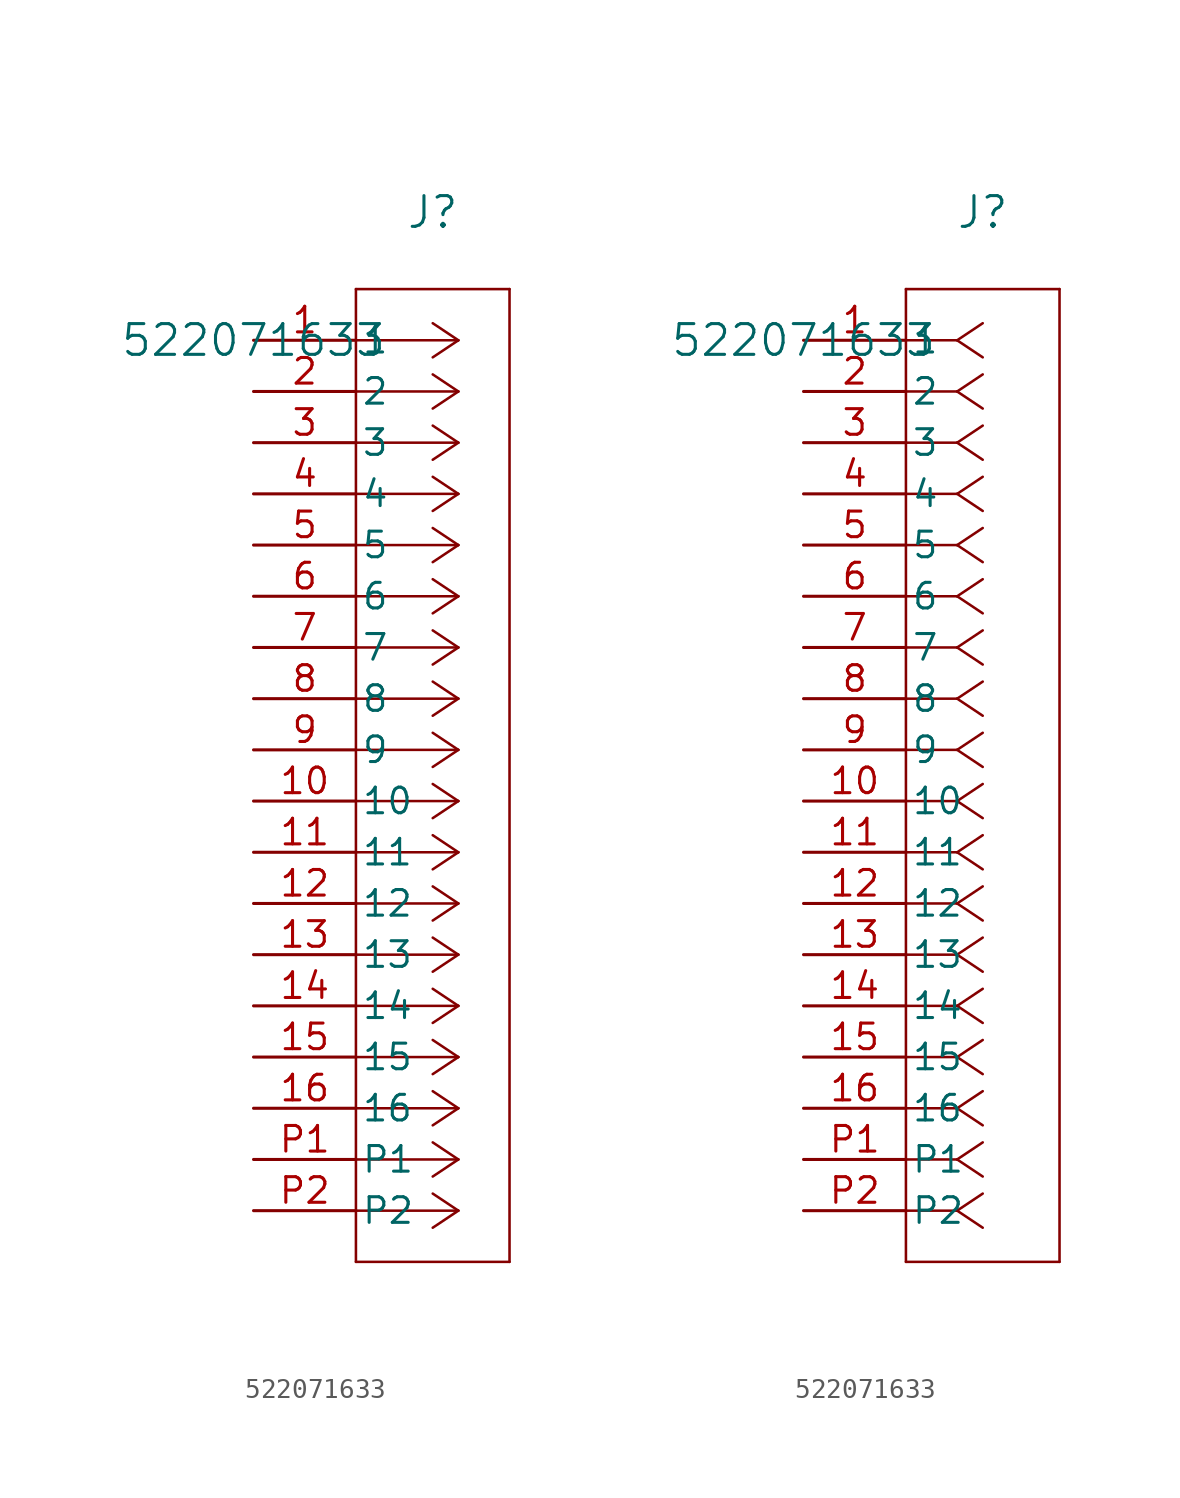
<source format=kicad_sym>
(kicad_symbol_lib
  (version 20211014)
  (generator kicad_symbol_editor)
  (symbol "522071633"
    (pin_names
      (offset 0.254))
    (property "Reference" "J"
      (at 8.89 6.35 0)
      (effects (font (size 1.524 1.524))))
    (property "Value" "522071633"
      (at 0 0 0)
      (effects (font (size 1.524 1.524))))
    (symbol "522071633_1_1"
      (polyline (pts (xy 10.16 0) (xy 5.08 0)) (stroke (width 0.127) (type default) (color 0 0 0 0)) (fill (type none)))
      (polyline (pts (xy 10.16 -2.54) (xy 5.08 -2.54)) (stroke (width 0.127) (type default) (color 0 0 0 0)) (fill (type none)))
      (polyline (pts (xy 10.16 -5.08) (xy 5.08 -5.08)) (stroke (width 0.127) (type default) (color 0 0 0 0)) (fill (type none)))
      (polyline (pts (xy 10.16 -7.62) (xy 5.08 -7.62)) (stroke (width 0.127) (type default) (color 0 0 0 0)) (fill (type none)))
      (polyline (pts (xy 10.16 -10.16) (xy 5.08 -10.16)) (stroke (width 0.127) (type default) (color 0 0 0 0)) (fill (type none)))
      (polyline (pts (xy 10.16 -12.7) (xy 5.08 -12.7)) (stroke (width 0.127) (type default) (color 0 0 0 0)) (fill (type none)))
      (polyline (pts (xy 10.16 -15.24) (xy 5.08 -15.24)) (stroke (width 0.127) (type default) (color 0 0 0 0)) (fill (type none)))
      (polyline (pts (xy 10.16 -17.78) (xy 5.08 -17.78)) (stroke (width 0.127) (type default) (color 0 0 0 0)) (fill (type none)))
      (polyline (pts (xy 10.16 -20.32) (xy 5.08 -20.32)) (stroke (width 0.127) (type default) (color 0 0 0 0)) (fill (type none)))
      (polyline (pts (xy 10.16 -22.86) (xy 5.08 -22.86)) (stroke (width 0.127) (type default) (color 0 0 0 0)) (fill (type none)))
      (polyline (pts (xy 10.16 -25.4) (xy 5.08 -25.4)) (stroke (width 0.127) (type default) (color 0 0 0 0)) (fill (type none)))
      (polyline (pts (xy 10.16 -27.94) (xy 5.08 -27.94)) (stroke (width 0.127) (type default) (color 0 0 0 0)) (fill (type none)))
      (polyline (pts (xy 10.16 -30.48) (xy 5.08 -30.48)) (stroke (width 0.127) (type default) (color 0 0 0 0)) (fill (type none)))
      (polyline (pts (xy 10.16 -33.02) (xy 5.08 -33.02)) (stroke (width 0.127) (type default) (color 0 0 0 0)) (fill (type none)))
      (polyline (pts (xy 10.16 -35.56) (xy 5.08 -35.56)) (stroke (width 0.127) (type default) (color 0 0 0 0)) (fill (type none)))
      (polyline (pts (xy 10.16 -38.1) (xy 5.08 -38.1)) (stroke (width 0.127) (type default) (color 0 0 0 0)) (fill (type none)))
      (polyline (pts (xy 10.16 -40.64) (xy 5.08 -40.64)) (stroke (width 0.127) (type default) (color 0 0 0 0)) (fill (type none)))
      (polyline (pts (xy 10.16 -43.18) (xy 5.08 -43.18)) (stroke (width 0.127) (type default) (color 0 0 0 0)) (fill (type none)))
      (polyline (pts (xy 10.16 0) (xy 8.89 0.847)) (stroke (width 0.127) (type default) (color 0 0 0 0)) (fill (type none)))
      (polyline (pts (xy 10.16 -2.54) (xy 8.89 -1.693)) (stroke (width 0.127) (type default) (color 0 0 0 0)) (fill (type none)))
      (polyline (pts (xy 10.16 -5.08) (xy 8.89 -4.233)) (stroke (width 0.127) (type default) (color 0 0 0 0)) (fill (type none)))
      (polyline (pts (xy 10.16 -7.62) (xy 8.89 -6.773)) (stroke (width 0.127) (type default) (color 0 0 0 0)) (fill (type none)))
      (polyline (pts (xy 10.16 -10.16) (xy 8.89 -9.313)) (stroke (width 0.127) (type default) (color 0 0 0 0)) (fill (type none)))
      (polyline (pts (xy 10.16 -12.7) (xy 8.89 -11.853)) (stroke (width 0.127) (type default) (color 0 0 0 0)) (fill (type none)))
      (polyline (pts (xy 10.16 -15.24) (xy 8.89 -14.393)) (stroke (width 0.127) (type default) (color 0 0 0 0)) (fill (type none)))
      (polyline (pts (xy 10.16 -17.78) (xy 8.89 -16.933)) (stroke (width 0.127) (type default) (color 0 0 0 0)) (fill (type none)))
      (polyline (pts (xy 10.16 -20.32) (xy 8.89 -19.473)) (stroke (width 0.127) (type default) (color 0 0 0 0)) (fill (type none)))
      (polyline (pts (xy 10.16 -22.86) (xy 8.89 -22.013)) (stroke (width 0.127) (type default) (color 0 0 0 0)) (fill (type none)))
      (polyline (pts (xy 10.16 -25.4) (xy 8.89 -24.553)) (stroke (width 0.127) (type default) (color 0 0 0 0)) (fill (type none)))
      (polyline (pts (xy 10.16 -27.94) (xy 8.89 -27.093)) (stroke (width 0.127) (type default) (color 0 0 0 0)) (fill (type none)))
      (polyline (pts (xy 10.16 -30.48) (xy 8.89 -29.633)) (stroke (width 0.127) (type default) (color 0 0 0 0)) (fill (type none)))
      (polyline (pts (xy 10.16 -33.02) (xy 8.89 -32.173)) (stroke (width 0.127) (type default) (color 0 0 0 0)) (fill (type none)))
      (polyline (pts (xy 10.16 -35.56) (xy 8.89 -34.713)) (stroke (width 0.127) (type default) (color 0 0 0 0)) (fill (type none)))
      (polyline (pts (xy 10.16 -38.1) (xy 8.89 -37.253)) (stroke (width 0.127) (type default) (color 0 0 0 0)) (fill (type none)))
      (polyline (pts (xy 10.16 -40.64) (xy 8.89 -39.793)) (stroke (width 0.127) (type default) (color 0 0 0 0)) (fill (type none)))
      (polyline (pts (xy 10.16 -43.18) (xy 8.89 -42.333)) (stroke (width 0.127) (type default) (color 0 0 0 0)) (fill (type none)))
      (polyline (pts (xy 10.16 0) (xy 8.89 -0.847)) (stroke (width 0.127) (type default) (color 0 0 0 0)) (fill (type none)))
      (polyline (pts (xy 10.16 -2.54) (xy 8.89 -3.387)) (stroke (width 0.127) (type default) (color 0 0 0 0)) (fill (type none)))
      (polyline (pts (xy 10.16 -5.08) (xy 8.89 -5.927)) (stroke (width 0.127) (type default) (color 0 0 0 0)) (fill (type none)))
      (polyline (pts (xy 10.16 -7.62) (xy 8.89 -8.467)) (stroke (width 0.127) (type default) (color 0 0 0 0)) (fill (type none)))
      (polyline (pts (xy 10.16 -10.16) (xy 8.89 -11.007)) (stroke (width 0.127) (type default) (color 0 0 0 0)) (fill (type none)))
      (polyline (pts (xy 10.16 -12.7) (xy 8.89 -13.547)) (stroke (width 0.127) (type default) (color 0 0 0 0)) (fill (type none)))
      (polyline (pts (xy 10.16 -15.24) (xy 8.89 -16.087)) (stroke (width 0.127) (type default) (color 0 0 0 0)) (fill (type none)))
      (polyline (pts (xy 10.16 -17.78) (xy 8.89 -18.627)) (stroke (width 0.127) (type default) (color 0 0 0 0)) (fill (type none)))
      (polyline (pts (xy 10.16 -20.32) (xy 8.89 -21.167)) (stroke (width 0.127) (type default) (color 0 0 0 0)) (fill (type none)))
      (polyline (pts (xy 10.16 -22.86) (xy 8.89 -23.707)) (stroke (width 0.127) (type default) (color 0 0 0 0)) (fill (type none)))
      (polyline (pts (xy 10.16 -25.4) (xy 8.89 -26.247)) (stroke (width 0.127) (type default) (color 0 0 0 0)) (fill (type none)))
      (polyline (pts (xy 10.16 -27.94) (xy 8.89 -28.787)) (stroke (width 0.127) (type default) (color 0 0 0 0)) (fill (type none)))
      (polyline (pts (xy 10.16 -30.48) (xy 8.89 -31.327)) (stroke (width 0.127) (type default) (color 0 0 0 0)) (fill (type none)))
      (polyline (pts (xy 10.16 -33.02) (xy 8.89 -33.867)) (stroke (width 0.127) (type default) (color 0 0 0 0)) (fill (type none)))
      (polyline (pts (xy 10.16 -35.56) (xy 8.89 -36.407)) (stroke (width 0.127) (type default) (color 0 0 0 0)) (fill (type none)))
      (polyline (pts (xy 10.16 -38.1) (xy 8.89 -38.947)) (stroke (width 0.127) (type default) (color 0 0 0 0)) (fill (type none)))
      (polyline (pts (xy 10.16 -40.64) (xy 8.89 -41.487)) (stroke (width 0.127) (type default) (color 0 0 0 0)) (fill (type none)))
      (polyline (pts (xy 10.16 -43.18) (xy 8.89 -44.027)) (stroke (width 0.127) (type default) (color 0 0 0 0)) (fill (type none)))
      (polyline (pts (xy 5.08 2.54) (xy 5.08 -45.72)) (stroke (width 0.127) (type default) (color 0 0 0 0)) (fill (type none)))
      (polyline (pts (xy 5.08 -45.72) (xy 12.7 -45.72)) (stroke (width 0.127) (type default) (color 0 0 0 0)) (fill (type none)))
      (polyline (pts (xy 12.7 -45.72) (xy 12.7 2.54)) (stroke (width 0.127) (type default) (color 0 0 0 0)) (fill (type none)))
      (polyline (pts (xy 12.7 2.54) (xy 5.08 2.54)) (stroke (width 0.127) (type default) (color 0 0 0 0)) (fill (type none)))
      (pin unspecified line (at 0 0 0) (length 5.08) (name "1" (effects (font (size 1.27 1.27)))) (number "1" (effects (font (size 1.27 1.27)))))
      (pin unspecified line (at 0 -2.54 0) (length 5.08) (name "2" (effects (font (size 1.27 1.27)))) (number "2" (effects (font (size 1.27 1.27)))))
      (pin unspecified line (at 0 -5.08 0) (length 5.08) (name "3" (effects (font (size 1.27 1.27)))) (number "3" (effects (font (size 1.27 1.27)))))
      (pin unspecified line (at 0 -7.62 0) (length 5.08) (name "4" (effects (font (size 1.27 1.27)))) (number "4" (effects (font (size 1.27 1.27)))))
      (pin unspecified line (at 0 -10.16 0) (length 5.08) (name "5" (effects (font (size 1.27 1.27)))) (number "5" (effects (font (size 1.27 1.27)))))
      (pin unspecified line (at 0 -12.7 0) (length 5.08) (name "6" (effects (font (size 1.27 1.27)))) (number "6" (effects (font (size 1.27 1.27)))))
      (pin unspecified line (at 0 -15.24 0) (length 5.08) (name "7" (effects (font (size 1.27 1.27)))) (number "7" (effects (font (size 1.27 1.27)))))
      (pin unspecified line (at 0 -17.78 0) (length 5.08) (name "8" (effects (font (size 1.27 1.27)))) (number "8" (effects (font (size 1.27 1.27)))))
      (pin unspecified line (at 0 -20.32 0) (length 5.08) (name "9" (effects (font (size 1.27 1.27)))) (number "9" (effects (font (size 1.27 1.27)))))
      (pin unspecified line (at 0 -22.86 0) (length 5.08) (name "10" (effects (font (size 1.27 1.27)))) (number "10" (effects (font (size 1.27 1.27)))))
      (pin unspecified line (at 0 -25.4 0) (length 5.08) (name "11" (effects (font (size 1.27 1.27)))) (number "11" (effects (font (size 1.27 1.27)))))
      (pin unspecified line (at 0 -27.94 0) (length 5.08) (name "12" (effects (font (size 1.27 1.27)))) (number "12" (effects (font (size 1.27 1.27)))))
      (pin unspecified line (at 0 -30.48 0) (length 5.08) (name "13" (effects (font (size 1.27 1.27)))) (number "13" (effects (font (size 1.27 1.27)))))
      (pin unspecified line (at 0 -33.02 0) (length 5.08) (name "14" (effects (font (size 1.27 1.27)))) (number "14" (effects (font (size 1.27 1.27)))))
      (pin unspecified line (at 0 -35.56 0) (length 5.08) (name "15" (effects (font (size 1.27 1.27)))) (number "15" (effects (font (size 1.27 1.27)))))
      (pin unspecified line (at 0 -38.1 0) (length 5.08) (name "16" (effects (font (size 1.27 1.27)))) (number "16" (effects (font (size 1.27 1.27)))))
      (pin unspecified line (at 0 -40.64 0) (length 5.08) (name "P1" (effects (font (size 1.27 1.27)))) (number "P1" (effects (font (size 1.27 1.27)))))
      (pin unspecified line (at 0 -43.18 0) (length 5.08) (name "P2" (effects (font (size 1.27 1.27)))) (number "P2" (effects (font (size 1.27 1.27))))))
    (symbol "522071633_1_2"
      (polyline (pts (xy 7.62 0) (xy 5.08 0)) (stroke (width 0.127) (type default) (color 0 0 0 0)) (fill (type none)))
      (polyline (pts (xy 7.62 -2.54) (xy 5.08 -2.54)) (stroke (width 0.127) (type default) (color 0 0 0 0)) (fill (type none)))
      (polyline (pts (xy 7.62 -5.08) (xy 5.08 -5.08)) (stroke (width 0.127) (type default) (color 0 0 0 0)) (fill (type none)))
      (polyline (pts (xy 7.62 -7.62) (xy 5.08 -7.62)) (stroke (width 0.127) (type default) (color 0 0 0 0)) (fill (type none)))
      (polyline (pts (xy 7.62 -10.16) (xy 5.08 -10.16)) (stroke (width 0.127) (type default) (color 0 0 0 0)) (fill (type none)))
      (polyline (pts (xy 7.62 -12.7) (xy 5.08 -12.7)) (stroke (width 0.127) (type default) (color 0 0 0 0)) (fill (type none)))
      (polyline (pts (xy 7.62 -15.24) (xy 5.08 -15.24)) (stroke (width 0.127) (type default) (color 0 0 0 0)) (fill (type none)))
      (polyline (pts (xy 7.62 -17.78) (xy 5.08 -17.78)) (stroke (width 0.127) (type default) (color 0 0 0 0)) (fill (type none)))
      (polyline (pts (xy 7.62 -20.32) (xy 5.08 -20.32)) (stroke (width 0.127) (type default) (color 0 0 0 0)) (fill (type none)))
      (polyline (pts (xy 7.62 -22.86) (xy 5.08 -22.86)) (stroke (width 0.127) (type default) (color 0 0 0 0)) (fill (type none)))
      (polyline (pts (xy 7.62 -25.4) (xy 5.08 -25.4)) (stroke (width 0.127) (type default) (color 0 0 0 0)) (fill (type none)))
      (polyline (pts (xy 7.62 -27.94) (xy 5.08 -27.94)) (stroke (width 0.127) (type default) (color 0 0 0 0)) (fill (type none)))
      (polyline (pts (xy 7.62 -30.48) (xy 5.08 -30.48)) (stroke (width 0.127) (type default) (color 0 0 0 0)) (fill (type none)))
      (polyline (pts (xy 7.62 -33.02) (xy 5.08 -33.02)) (stroke (width 0.127) (type default) (color 0 0 0 0)) (fill (type none)))
      (polyline (pts (xy 7.62 -35.56) (xy 5.08 -35.56)) (stroke (width 0.127) (type default) (color 0 0 0 0)) (fill (type none)))
      (polyline (pts (xy 7.62 -38.1) (xy 5.08 -38.1)) (stroke (width 0.127) (type default) (color 0 0 0 0)) (fill (type none)))
      (polyline (pts (xy 7.62 -40.64) (xy 5.08 -40.64)) (stroke (width 0.127) (type default) (color 0 0 0 0)) (fill (type none)))
      (polyline (pts (xy 7.62 -43.18) (xy 5.08 -43.18)) (stroke (width 0.127) (type default) (color 0 0 0 0)) (fill (type none)))
      (polyline (pts (xy 7.62 0) (xy 8.89 0.847)) (stroke (width 0.127) (type default) (color 0 0 0 0)) (fill (type none)))
      (polyline (pts (xy 7.62 -2.54) (xy 8.89 -1.693)) (stroke (width 0.127) (type default) (color 0 0 0 0)) (fill (type none)))
      (polyline (pts (xy 7.62 -5.08) (xy 8.89 -4.233)) (stroke (width 0.127) (type default) (color 0 0 0 0)) (fill (type none)))
      (polyline (pts (xy 7.62 -7.62) (xy 8.89 -6.773)) (stroke (width 0.127) (type default) (color 0 0 0 0)) (fill (type none)))
      (polyline (pts (xy 7.62 -10.16) (xy 8.89 -9.313)) (stroke (width 0.127) (type default) (color 0 0 0 0)) (fill (type none)))
      (polyline (pts (xy 7.62 -12.7) (xy 8.89 -11.853)) (stroke (width 0.127) (type default) (color 0 0 0 0)) (fill (type none)))
      (polyline (pts (xy 7.62 -15.24) (xy 8.89 -14.393)) (stroke (width 0.127) (type default) (color 0 0 0 0)) (fill (type none)))
      (polyline (pts (xy 7.62 -17.78) (xy 8.89 -16.933)) (stroke (width 0.127) (type default) (color 0 0 0 0)) (fill (type none)))
      (polyline (pts (xy 7.62 -20.32) (xy 8.89 -19.473)) (stroke (width 0.127) (type default) (color 0 0 0 0)) (fill (type none)))
      (polyline (pts (xy 7.62 -22.86) (xy 8.89 -22.013)) (stroke (width 0.127) (type default) (color 0 0 0 0)) (fill (type none)))
      (polyline (pts (xy 7.62 -25.4) (xy 8.89 -24.553)) (stroke (width 0.127) (type default) (color 0 0 0 0)) (fill (type none)))
      (polyline (pts (xy 7.62 -27.94) (xy 8.89 -27.093)) (stroke (width 0.127) (type default) (color 0 0 0 0)) (fill (type none)))
      (polyline (pts (xy 7.62 -30.48) (xy 8.89 -29.633)) (stroke (width 0.127) (type default) (color 0 0 0 0)) (fill (type none)))
      (polyline (pts (xy 7.62 -33.02) (xy 8.89 -32.173)) (stroke (width 0.127) (type default) (color 0 0 0 0)) (fill (type none)))
      (polyline (pts (xy 7.62 -35.56) (xy 8.89 -34.713)) (stroke (width 0.127) (type default) (color 0 0 0 0)) (fill (type none)))
      (polyline (pts (xy 7.62 -38.1) (xy 8.89 -37.253)) (stroke (width 0.127) (type default) (color 0 0 0 0)) (fill (type none)))
      (polyline (pts (xy 7.62 -40.64) (xy 8.89 -39.793)) (stroke (width 0.127) (type default) (color 0 0 0 0)) (fill (type none)))
      (polyline (pts (xy 7.62 -43.18) (xy 8.89 -42.333)) (stroke (width 0.127) (type default) (color 0 0 0 0)) (fill (type none)))
      (polyline (pts (xy 7.62 0) (xy 8.89 -0.847)) (stroke (width 0.127) (type default) (color 0 0 0 0)) (fill (type none)))
      (polyline (pts (xy 7.62 -2.54) (xy 8.89 -3.387)) (stroke (width 0.127) (type default) (color 0 0 0 0)) (fill (type none)))
      (polyline (pts (xy 7.62 -5.08) (xy 8.89 -5.927)) (stroke (width 0.127) (type default) (color 0 0 0 0)) (fill (type none)))
      (polyline (pts (xy 7.62 -7.62) (xy 8.89 -8.467)) (stroke (width 0.127) (type default) (color 0 0 0 0)) (fill (type none)))
      (polyline (pts (xy 7.62 -10.16) (xy 8.89 -11.007)) (stroke (width 0.127) (type default) (color 0 0 0 0)) (fill (type none)))
      (polyline (pts (xy 7.62 -12.7) (xy 8.89 -13.547)) (stroke (width 0.127) (type default) (color 0 0 0 0)) (fill (type none)))
      (polyline (pts (xy 7.62 -15.24) (xy 8.89 -16.087)) (stroke (width 0.127) (type default) (color 0 0 0 0)) (fill (type none)))
      (polyline (pts (xy 7.62 -17.78) (xy 8.89 -18.627)) (stroke (width 0.127) (type default) (color 0 0 0 0)) (fill (type none)))
      (polyline (pts (xy 7.62 -20.32) (xy 8.89 -21.167)) (stroke (width 0.127) (type default) (color 0 0 0 0)) (fill (type none)))
      (polyline (pts (xy 7.62 -22.86) (xy 8.89 -23.707)) (stroke (width 0.127) (type default) (color 0 0 0 0)) (fill (type none)))
      (polyline (pts (xy 7.62 -25.4) (xy 8.89 -26.247)) (stroke (width 0.127) (type default) (color 0 0 0 0)) (fill (type none)))
      (polyline (pts (xy 7.62 -27.94) (xy 8.89 -28.787)) (stroke (width 0.127) (type default) (color 0 0 0 0)) (fill (type none)))
      (polyline (pts (xy 7.62 -30.48) (xy 8.89 -31.327)) (stroke (width 0.127) (type default) (color 0 0 0 0)) (fill (type none)))
      (polyline (pts (xy 7.62 -33.02) (xy 8.89 -33.867)) (stroke (width 0.127) (type default) (color 0 0 0 0)) (fill (type none)))
      (polyline (pts (xy 7.62 -35.56) (xy 8.89 -36.407)) (stroke (width 0.127) (type default) (color 0 0 0 0)) (fill (type none)))
      (polyline (pts (xy 7.62 -38.1) (xy 8.89 -38.947)) (stroke (width 0.127) (type default) (color 0 0 0 0)) (fill (type none)))
      (polyline (pts (xy 7.62 -40.64) (xy 8.89 -41.487)) (stroke (width 0.127) (type default) (color 0 0 0 0)) (fill (type none)))
      (polyline (pts (xy 7.62 -43.18) (xy 8.89 -44.027)) (stroke (width 0.127) (type default) (color 0 0 0 0)) (fill (type none)))
      (polyline (pts (xy 5.08 2.54) (xy 5.08 -45.72)) (stroke (width 0.127) (type default) (color 0 0 0 0)) (fill (type none)))
      (polyline (pts (xy 5.08 -45.72) (xy 12.7 -45.72)) (stroke (width 0.127) (type default) (color 0 0 0 0)) (fill (type none)))
      (polyline (pts (xy 12.7 -45.72) (xy 12.7 2.54)) (stroke (width 0.127) (type default) (color 0 0 0 0)) (fill (type none)))
      (polyline (pts (xy 12.7 2.54) (xy 5.08 2.54)) (stroke (width 0.127) (type default) (color 0 0 0 0)) (fill (type none)))
      (pin unspecified line (at 0 0 0) (length 5.08) (name "1" (effects (font (size 1.27 1.27)))) (number "1" (effects (font (size 1.27 1.27)))))
      (pin unspecified line (at 0 -2.54 0) (length 5.08) (name "2" (effects (font (size 1.27 1.27)))) (number "2" (effects (font (size 1.27 1.27)))))
      (pin unspecified line (at 0 -5.08 0) (length 5.08) (name "3" (effects (font (size 1.27 1.27)))) (number "3" (effects (font (size 1.27 1.27)))))
      (pin unspecified line (at 0 -7.62 0) (length 5.08) (name "4" (effects (font (size 1.27 1.27)))) (number "4" (effects (font (size 1.27 1.27)))))
      (pin unspecified line (at 0 -10.16 0) (length 5.08) (name "5" (effects (font (size 1.27 1.27)))) (number "5" (effects (font (size 1.27 1.27)))))
      (pin unspecified line (at 0 -12.7 0) (length 5.08) (name "6" (effects (font (size 1.27 1.27)))) (number "6" (effects (font (size 1.27 1.27)))))
      (pin unspecified line (at 0 -15.24 0) (length 5.08) (name "7" (effects (font (size 1.27 1.27)))) (number "7" (effects (font (size 1.27 1.27)))))
      (pin unspecified line (at 0 -17.78 0) (length 5.08) (name "8" (effects (font (size 1.27 1.27)))) (number "8" (effects (font (size 1.27 1.27)))))
      (pin unspecified line (at 0 -20.32 0) (length 5.08) (name "9" (effects (font (size 1.27 1.27)))) (number "9" (effects (font (size 1.27 1.27)))))
      (pin unspecified line (at 0 -22.86 0) (length 5.08) (name "10" (effects (font (size 1.27 1.27)))) (number "10" (effects (font (size 1.27 1.27)))))
      (pin unspecified line (at 0 -25.4 0) (length 5.08) (name "11" (effects (font (size 1.27 1.27)))) (number "11" (effects (font (size 1.27 1.27)))))
      (pin unspecified line (at 0 -27.94 0) (length 5.08) (name "12" (effects (font (size 1.27 1.27)))) (number "12" (effects (font (size 1.27 1.27)))))
      (pin unspecified line (at 0 -30.48 0) (length 5.08) (name "13" (effects (font (size 1.27 1.27)))) (number "13" (effects (font (size 1.27 1.27)))))
      (pin unspecified line (at 0 -33.02 0) (length 5.08) (name "14" (effects (font (size 1.27 1.27)))) (number "14" (effects (font (size 1.27 1.27)))))
      (pin unspecified line (at 0 -35.56 0) (length 5.08) (name "15" (effects (font (size 1.27 1.27)))) (number "15" (effects (font (size 1.27 1.27)))))
      (pin unspecified line (at 0 -38.1 0) (length 5.08) (name "16" (effects (font (size 1.27 1.27)))) (number "16" (effects (font (size 1.27 1.27)))))
      (pin unspecified line (at 0 -40.64 0) (length 5.08) (name "P1" (effects (font (size 1.27 1.27)))) (number "P1" (effects (font (size 1.27 1.27)))))
      (pin unspecified line (at 0 -43.18 0) (length 5.08) (name "P2" (effects (font (size 1.27 1.27)))) (number "P2" (effects (font (size 1.27 1.27))))))))
</source>
